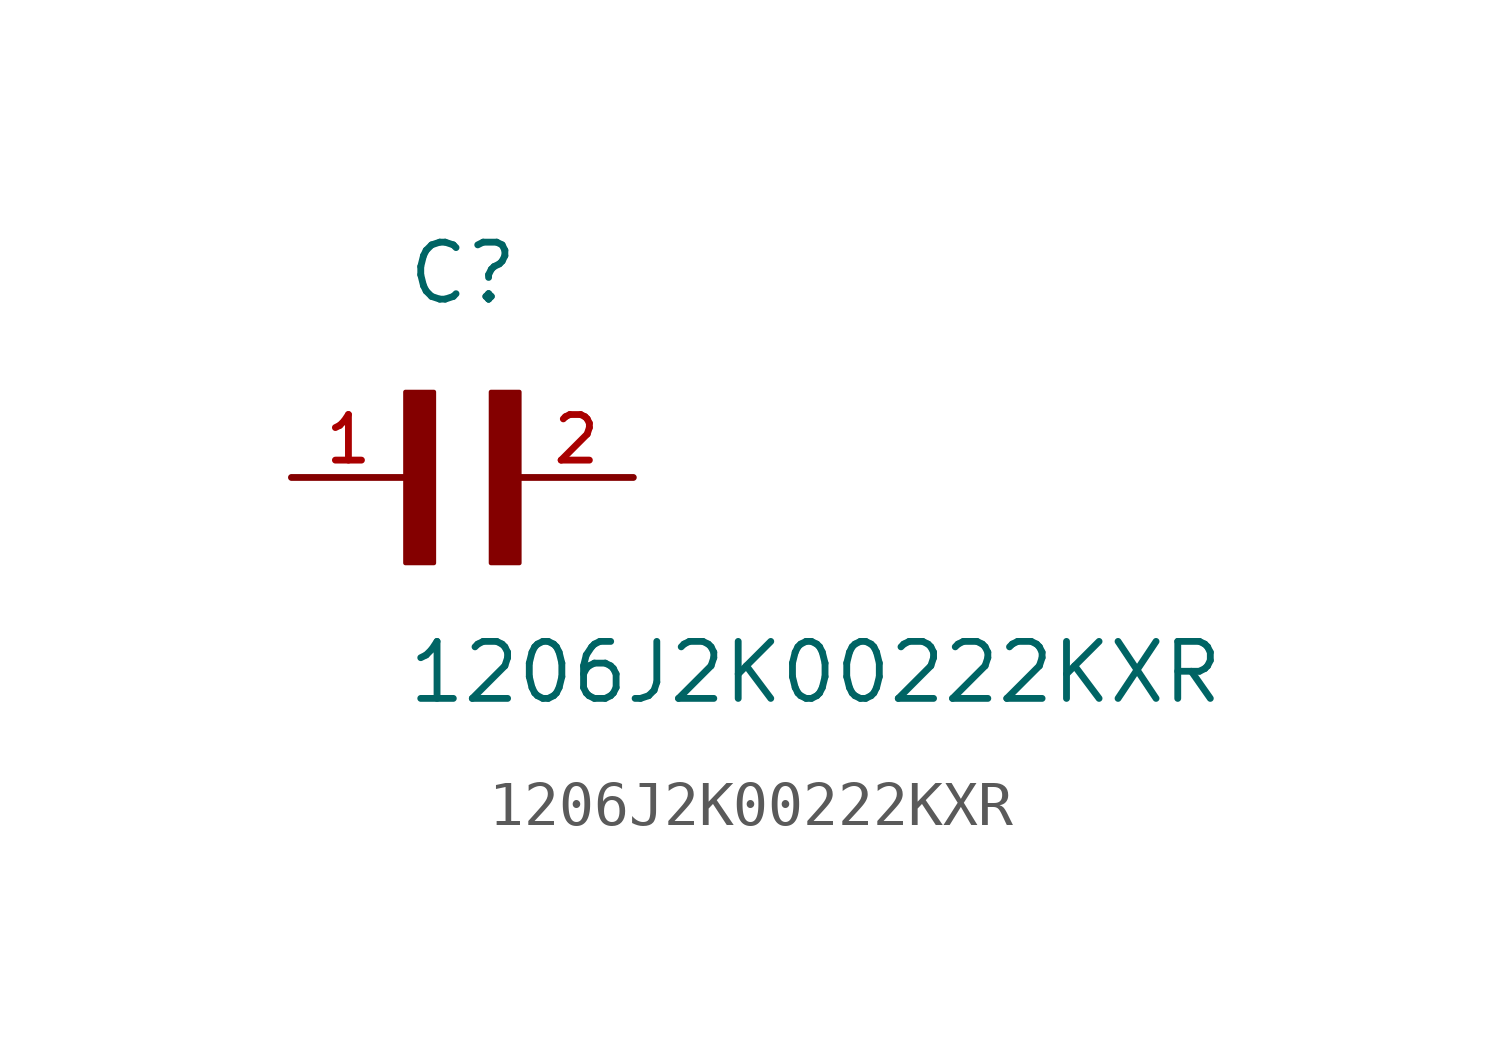
<source format=kicad_sym>
(kicad_symbol_lib
  (version 20211014)
  (generator kicad_symbol_editor)
  (symbol "1206J2K00222KXR"
    (pin_names
      (offset 1.016))
    (property "Reference" "C"
      (at 0.0 3.811 0)
      (effects (font (size 1.27 1.27)) (justify bottom left)))
    (property "Value" "1206J2K00222KXR"
      (at 0.0 -5.088 0)
      (effects (font (size 1.27 1.27)) (justify bottom left)))
    (symbol "1206J2K00222KXR_0_0"
      (rectangle (start 0.0 -1.907) (end 0.635 1.905) (stroke (width 0.1)) (fill (type outline)))
      (rectangle (start 1.907 -1.907) (end 2.54 1.905) (stroke (width 0.1)) (fill (type outline)))
      (pin passive line (at 5.08 0.0 180.0) (length 2.54) (name "~" (effects (font (size 1.016 1.016)))) (number "2" (effects (font (size 1.016 1.016)))))
      (pin passive line (at -2.54 0.0 0) (length 2.54) (name "~" (effects (font (size 1.016 1.016)))) (number "1" (effects (font (size 1.016 1.016))))))))
</source>
